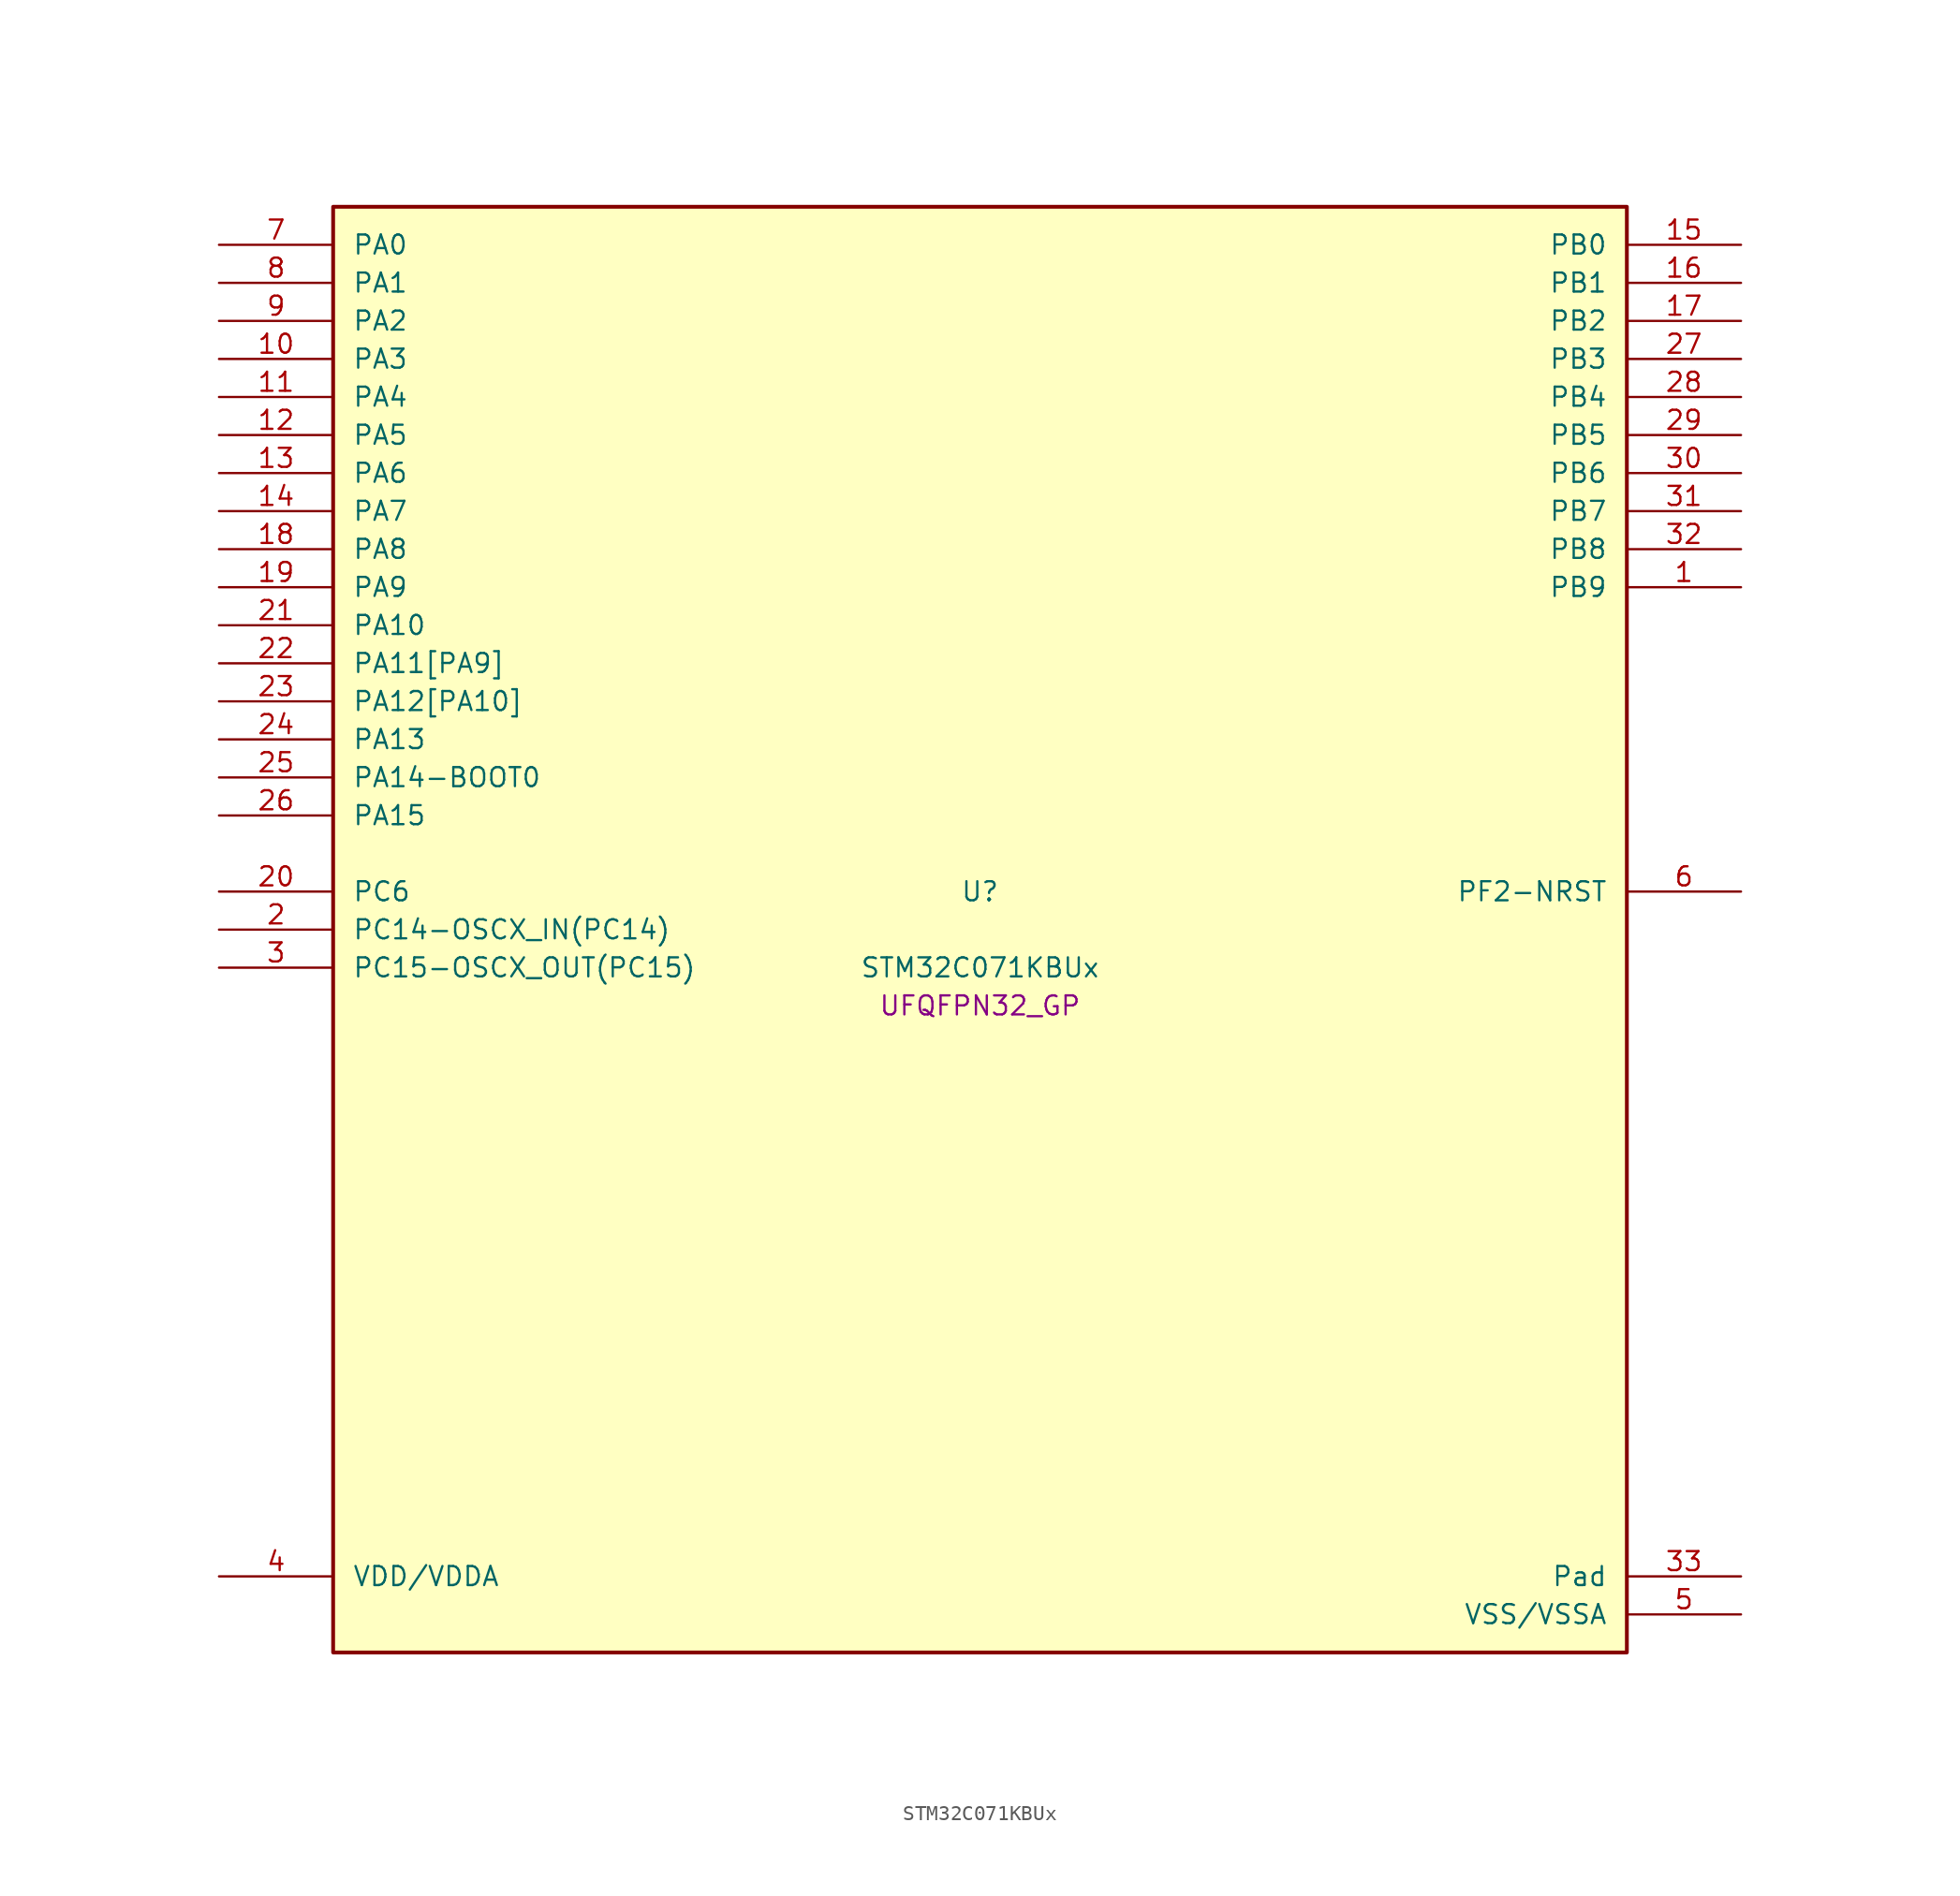
<source format=kicad_sym>
(kicad_symbol_lib
  (version 20241209)
  (generator "stm32_pkl_generator")
  (generator_version "1.0")
  (symbol "STM32C071KBUx"
    (pin_names
      (offset 1.27))
    (property "Reference" "U"
      (at 0 2.54 0))
    (property "Value" "STM32C071KBUx"
      (at 0 -2.54 0))
    (property "Footprint" "UFQFPN32_GP"
      (at 0 -5.08 0))
    (symbol "STM32C071KBUx_1_1"
      (rectangle (start -43.18 48.26) (end 43.18 -48.26) (stroke (width 0.254) (type solid)) (fill (type background)))
      (pin bidirectional line (at -50.8 45.72 0) (length 7.62) (name "PA0") (number "7") (alternate "PA0/ADC1_IN0" bidirectional line) (alternate "PA0/PWR_WKUP1" bidirectional line) (alternate "PA0/SPI2_SCK" bidirectional line) (alternate "PA0/TIM16_CH1" bidirectional line) (alternate "PA0/TIM1_CH1" bidirectional line) (alternate "PA0/TIM2_CH1" bidirectional line) (alternate "PA0/TIM2_ETR" bidirectional line) (alternate "PA0/USART1_TX" bidirectional line) (alternate "PA0/USART2_CTS" bidirectional line) (alternate "PA0/USART2_NSS" bidirectional line))
      (pin bidirectional line (at -50.8 43.18 0) (length 7.62) (name "PA1") (number "8") (alternate "PA1/ADC1_IN1" bidirectional line) (alternate "PA1/I2C1_SMBA" bidirectional line) (alternate "PA1/I2S1_CK" bidirectional line) (alternate "PA1/SPI1_SCK" bidirectional line) (alternate "PA1/TIM17_CH1" bidirectional line) (alternate "PA1/TIM1_CH2" bidirectional line) (alternate "PA1/TIM2_CH2" bidirectional line) (alternate "PA1/USART1_RX" bidirectional line) (alternate "PA1/USART2_CK" bidirectional line) (alternate "PA1/USART2_DE" bidirectional line) (alternate "PA1/USART2_RTS" bidirectional line))
      (pin bidirectional line (at -50.8 40.64 0) (length 7.62) (name "PA2") (number "9") (alternate "PA2/ADC1_IN2" bidirectional line) (alternate "PA2/I2S1_SD" bidirectional line) (alternate "PA2/PWR_WKUP4" bidirectional line) (alternate "PA2/RCC_LSCO" bidirectional line) (alternate "PA2/SPI1_MOSI" bidirectional line) (alternate "PA2/TIM16_CH1N" bidirectional line) (alternate "PA2/TIM1_CH3" bidirectional line) (alternate "PA2/TIM2_CH3" bidirectional line) (alternate "PA2/TIM3_ETR" bidirectional line) (alternate "PA2/USART2_TX" bidirectional line))
      (pin bidirectional line (at -50.8 38.1 0) (length 7.62) (name "PA3") (number "10") (alternate "PA3/ADC1_IN3" bidirectional line) (alternate "PA3/SPI2_MISO" bidirectional line) (alternate "PA3/TIM1_CH1N" bidirectional line) (alternate "PA3/TIM1_CH4" bidirectional line) (alternate "PA3/TIM2_CH4" bidirectional line) (alternate "PA3/USART2_RX" bidirectional line))
      (pin bidirectional line (at -50.8 35.56 0) (length 7.62) (name "PA4") (number "11") (alternate "PA4/ADC1_IN4" bidirectional line) (alternate "PA4/I2S1_WS" bidirectional line) (alternate "PA4/PWR_WKUP2" bidirectional line) (alternate "PA4/RTC_OUT1" bidirectional line) (alternate "PA4/RTC_TS" bidirectional line) (alternate "PA4/SPI1_NSS" bidirectional line) (alternate "PA4/SPI2_MOSI" bidirectional line) (alternate "PA4/TIM14_CH1" bidirectional line) (alternate "PA4/TIM17_CH1N" bidirectional line) (alternate "PA4/TIM1_CH2N" bidirectional line) (alternate "PA4/USART2_TX" bidirectional line) (alternate "PA4/USB_NOE" bidirectional line))
      (pin bidirectional line (at -50.8 33.02 0) (length 7.62) (name "PA5") (number "12") (alternate "PA5/ADC1_IN5" bidirectional line) (alternate "PA5/I2S1_CK" bidirectional line) (alternate "PA5/SPI1_SCK" bidirectional line) (alternate "PA5/TIM1_CH1" bidirectional line) (alternate "PA5/TIM1_CH3N" bidirectional line) (alternate "PA5/TIM2_CH1" bidirectional line) (alternate "PA5/TIM2_ETR" bidirectional line) (alternate "PA5/USART2_RX" bidirectional line))
      (pin bidirectional line (at -50.8 30.48 0) (length 7.62) (name "PA6") (number "13") (alternate "PA6/ADC1_IN6" bidirectional line) (alternate "PA6/I2C2_SDA" bidirectional line) (alternate "PA6/I2S1_MCK" bidirectional line) (alternate "PA6/SPI1_MISO" bidirectional line) (alternate "PA6/TIM16_CH1" bidirectional line) (alternate "PA6/TIM1_BKIN" bidirectional line) (alternate "PA6/TIM3_CH1" bidirectional line))
      (pin bidirectional line (at -50.8 27.94 0) (length 7.62) (name "PA7") (number "14") (alternate "PA7/ADC1_IN7" bidirectional line) (alternate "PA7/I2C2_SCL" bidirectional line) (alternate "PA7/I2S1_SD" bidirectional line) (alternate "PA7/SPI1_MOSI" bidirectional line) (alternate "PA7/TIM14_CH1" bidirectional line) (alternate "PA7/TIM17_CH1" bidirectional line) (alternate "PA7/TIM1_CH1N" bidirectional line) (alternate "PA7/TIM3_CH2" bidirectional line))
      (pin bidirectional line (at -50.8 25.4 0) (length 7.62) (name "PA8") (number "18") (alternate "PA8/ADC1_IN8" bidirectional line) (alternate "PA8/CRS_SYNC" bidirectional line) (alternate "PA8/I2S1_WS" bidirectional line) (alternate "PA8/RCC_MCO" bidirectional line) (alternate "PA8/RCC_MCO_2" bidirectional line) (alternate "PA8/SPI1_NSS" bidirectional line) (alternate "PA8/SPI2_MISO" bidirectional line) (alternate "PA8/SPI2_NSS" bidirectional line) (alternate "PA8/TIM14_CH1" bidirectional line) (alternate "PA8/TIM1_CH1" bidirectional line) (alternate "PA8/TIM1_CH2N" bidirectional line) (alternate "PA8/TIM1_CH3N" bidirectional line) (alternate "PA8/TIM3_CH3" bidirectional line) (alternate "PA8/TIM3_CH4" bidirectional line) (alternate "PA8/USART1_RX" bidirectional line) (alternate "PA8/USART2_TX" bidirectional line))
      (pin bidirectional line (at -50.8 22.86 0) (length 7.62) (name "PA9") (number "19") (alternate "PA9/I2C1_SCL" bidirectional line) (alternate "PA9/I2C2_SCL" bidirectional line) (alternate "PA9/RCC_MCO" bidirectional line) (alternate "PA9/SPI2_MISO" bidirectional line) (alternate "PA9/TIM1_CH2" bidirectional line) (alternate "PA9/TIM3_ETR" bidirectional line) (alternate "PA9/USART1_TX" bidirectional line) (alternate "PA9/NC" bidirectional line))
      (pin bidirectional line (at -50.8 20.32 0) (length 7.62) (name "PA10") (number "21") (alternate "PA10/I2C1_SDA" bidirectional line) (alternate "PA10/I2C2_SDA" bidirectional line) (alternate "PA10/RCC_MCO_2" bidirectional line) (alternate "PA10/SPI2_MOSI" bidirectional line) (alternate "PA10/TIM17_BKIN" bidirectional line) (alternate "PA10/TIM1_CH3" bidirectional line) (alternate "PA10/USART1_RX" bidirectional line) (alternate "PA10/NC" bidirectional line))
      (pin bidirectional line (at -50.8 17.78 0) (length 7.62) (name "PA11[PA9]") (number "22") (alternate "PA11[PA9]/ADC1_EXTI11" bidirectional line) (alternate "PA11[PA9]/I2C2_SCL" bidirectional line) (alternate "PA11[PA9]/I2S1_MCK" bidirectional line) (alternate "PA11[PA9]/SPI1_MISO" bidirectional line) (alternate "PA11[PA9]/TIM1_BKIN2" bidirectional line) (alternate "PA11[PA9]/TIM1_CH4" bidirectional line) (alternate "PA11[PA9]/USART1_CTS" bidirectional line) (alternate "PA11[PA9]/USART1_NSS" bidirectional line) (alternate "PA11[PA9]/USB_DM" bidirectional line) (alternate "PA11[PA9]/PA9[PA11]" bidirectional line) (alternate "PA11[PA9]/I2C1_SCL" bidirectional line) (alternate "PA11[PA9]/RCC_MCO" bidirectional line) (alternate "PA11[PA9]/SPI2_MISO" bidirectional line) (alternate "PA11[PA9]/TIM1_CH2" bidirectional line) (alternate "PA11[PA9]/TIM3_ETR" bidirectional line) (alternate "PA11[PA9]/USART1_TX" bidirectional line))
      (pin bidirectional line (at -50.8 15.24 0) (length 7.62) (name "PA12[PA10]") (number "23") (alternate "PA12[PA10]/I2C2_SDA" bidirectional line) (alternate "PA12[PA10]/I2S1_SD" bidirectional line) (alternate "PA12[PA10]/I2S_CKIN" bidirectional line) (alternate "PA12[PA10]/SPI1_MOSI" bidirectional line) (alternate "PA12[PA10]/TIM1_ETR" bidirectional line) (alternate "PA12[PA10]/USART1_CK" bidirectional line) (alternate "PA12[PA10]/USART1_DE" bidirectional line) (alternate "PA12[PA10]/USART1_RTS" bidirectional line) (alternate "PA12[PA10]/USB_DP" bidirectional line) (alternate "PA12[PA10]/PA10[PA12]" bidirectional line) (alternate "PA12[PA10]/I2C1_SDA" bidirectional line) (alternate "PA12[PA10]/RCC_MCO_2" bidirectional line) (alternate "PA12[PA10]/SPI2_MOSI" bidirectional line) (alternate "PA12[PA10]/TIM17_BKIN" bidirectional line) (alternate "PA12[PA10]/TIM1_CH3" bidirectional line) (alternate "PA12[PA10]/USART1_RX" bidirectional line))
      (pin bidirectional line (at -50.8 12.7 0) (length 7.62) (name "PA13") (number "24") (alternate "PA13/ADC1_IN13" bidirectional line) (alternate "PA13/DEBUG_SWDIO" bidirectional line) (alternate "PA13/IR_OUT" bidirectional line) (alternate "PA13/TIM3_ETR" bidirectional line) (alternate "PA13/USART2_RX" bidirectional line) (alternate "PA13/USB_NOE" bidirectional line))
      (pin bidirectional line (at -50.8 10.16 0) (length 7.62) (name "PA14-BOOT0") (number "25") (alternate "PA14-BOOT0/ADC1_IN14" bidirectional line) (alternate "PA14-BOOT0/DEBUG_SWCLK" bidirectional line) (alternate "PA14-BOOT0/I2S1_WS" bidirectional line) (alternate "PA14-BOOT0/RCC_MCO_2" bidirectional line) (alternate "PA14-BOOT0/SPI1_NSS" bidirectional line) (alternate "PA14-BOOT0/TIM1_CH1" bidirectional line) (alternate "PA14-BOOT0/USART1_CK" bidirectional line) (alternate "PA14-BOOT0/USART1_DE" bidirectional line) (alternate "PA14-BOOT0/USART1_RTS" bidirectional line) (alternate "PA14-BOOT0/USART2_RX" bidirectional line) (alternate "PA14-BOOT0/USART2_TX" bidirectional line))
      (pin bidirectional line (at -50.8 7.62 0) (length 7.62) (name "PA15") (number "26") (alternate "PA15/I2S1_WS" bidirectional line) (alternate "PA15/RCC_MCO_2" bidirectional line) (alternate "PA15/SPI1_NSS" bidirectional line) (alternate "PA15/TIM1_CH1" bidirectional line) (alternate "PA15/TIM2_CH1" bidirectional line) (alternate "PA15/TIM2_ETR" bidirectional line) (alternate "PA15/USART1_CK" bidirectional line) (alternate "PA15/USART1_DE" bidirectional line) (alternate "PA15/USART1_RTS" bidirectional line) (alternate "PA15/USART2_RX" bidirectional line) (alternate "PA15/USB_NOE" bidirectional line))
      (pin bidirectional line (at 50.8 45.72 180) (length 7.62) (name "PB0") (number "15") (alternate "PB0/ADC1_IN17" bidirectional line) (alternate "PB0/I2S1_WS" bidirectional line) (alternate "PB0/SPI1_NSS" bidirectional line) (alternate "PB0/TIM1_CH2N" bidirectional line) (alternate "PB0/TIM3_CH3" bidirectional line))
      (pin bidirectional line (at 50.8 43.18 180) (length 7.62) (name "PB1") (number "16") (alternate "PB1/ADC1_IN18" bidirectional line) (alternate "PB1/TIM14_CH1" bidirectional line) (alternate "PB1/TIM1_CH2N" bidirectional line) (alternate "PB1/TIM1_CH3N" bidirectional line) (alternate "PB1/TIM3_CH4" bidirectional line))
      (pin bidirectional line (at 50.8 40.64 180) (length 7.62) (name "PB2") (number "17") (alternate "PB2/ADC1_IN19" bidirectional line) (alternate "PB2/RCC_MCO_2" bidirectional line) (alternate "PB2/SPI2_MISO" bidirectional line) (alternate "PB2/USART1_RX" bidirectional line))
      (pin bidirectional line (at 50.8 38.1 180) (length 7.62) (name "PB3") (number "27") (alternate "PB3/I2C2_SCL" bidirectional line) (alternate "PB3/I2S1_CK" bidirectional line) (alternate "PB3/SPI1_SCK" bidirectional line) (alternate "PB3/TIM1_CH2" bidirectional line) (alternate "PB3/TIM2_CH2" bidirectional line) (alternate "PB3/TIM3_CH2" bidirectional line) (alternate "PB3/USART1_CK" bidirectional line) (alternate "PB3/USART1_DE" bidirectional line) (alternate "PB3/USART1_RTS" bidirectional line))
      (pin bidirectional line (at 50.8 35.56 180) (length 7.62) (name "PB4") (number "28") (alternate "PB4/I2C2_SDA" bidirectional line) (alternate "PB4/I2S1_MCK" bidirectional line) (alternate "PB4/SPI1_MISO" bidirectional line) (alternate "PB4/TIM17_BKIN" bidirectional line) (alternate "PB4/TIM3_CH1" bidirectional line) (alternate "PB4/USART1_CTS" bidirectional line) (alternate "PB4/USART1_NSS" bidirectional line))
      (pin bidirectional line (at 50.8 33.02 180) (length 7.62) (name "PB5") (number "29") (alternate "PB5/I2C1_SMBA" bidirectional line) (alternate "PB5/I2S1_SD" bidirectional line) (alternate "PB5/PWR_WKUP6" bidirectional line) (alternate "PB5/SPI1_MOSI" bidirectional line) (alternate "PB5/TIM16_BKIN" bidirectional line) (alternate "PB5/TIM3_CH2" bidirectional line) (alternate "PB5/TIM3_CH3" bidirectional line))
      (pin bidirectional line (at 50.8 30.48 180) (length 7.62) (name "PB6") (number "30") (alternate "PB6/I2C1_SCL" bidirectional line) (alternate "PB6/I2C1_SMBA" bidirectional line) (alternate "PB6/I2S1_CK" bidirectional line) (alternate "PB6/I2S1_MCK" bidirectional line) (alternate "PB6/I2S1_SD" bidirectional line) (alternate "PB6/PWR_WKUP3" bidirectional line) (alternate "PB6/SPI1_MISO" bidirectional line) (alternate "PB6/SPI1_MOSI" bidirectional line) (alternate "PB6/SPI1_SCK" bidirectional line) (alternate "PB6/SPI2_MISO" bidirectional line) (alternate "PB6/TIM16_BKIN" bidirectional line) (alternate "PB6/TIM16_CH1N" bidirectional line) (alternate "PB6/TIM17_BKIN" bidirectional line) (alternate "PB6/TIM1_CH2" bidirectional line) (alternate "PB6/TIM1_CH3" bidirectional line) (alternate "PB6/TIM3_CH1" bidirectional line) (alternate "PB6/TIM3_CH2" bidirectional line) (alternate "PB6/TIM3_CH3" bidirectional line) (alternate "PB6/USART1_CTS" bidirectional line) (alternate "PB6/USART1_NSS" bidirectional line) (alternate "PB6/USART1_TX" bidirectional line))
      (pin bidirectional line (at 50.8 27.94 180) (length 7.62) (name "PB7") (number "31") (alternate "PB7/I2C1_SCL" bidirectional line) (alternate "PB7/I2C1_SDA" bidirectional line) (alternate "PB7/RTC_REFIN" bidirectional line) (alternate "PB7/SPI2_MOSI" bidirectional line) (alternate "PB7/TIM16_CH1" bidirectional line) (alternate "PB7/TIM17_CH1N" bidirectional line) (alternate "PB7/TIM1_CH4" bidirectional line) (alternate "PB7/TIM3_CH1" bidirectional line) (alternate "PB7/TIM3_CH4" bidirectional line) (alternate "PB7/USART1_RX" bidirectional line) (alternate "PB7/USART2_CTS" bidirectional line) (alternate "PB7/USART2_NSS" bidirectional line))
      (pin bidirectional line (at 50.8 25.4 180) (length 7.62) (name "PB8") (number "32") (alternate "PB8/I2C1_SCL" bidirectional line) (alternate "PB8/SPI2_SCK" bidirectional line) (alternate "PB8/TIM16_CH1" bidirectional line) (alternate "PB8/TIM3_CH1" bidirectional line) (alternate "PB8/USART2_CTS" bidirectional line) (alternate "PB8/USART2_NSS" bidirectional line))
      (pin bidirectional line (at 50.8 22.86 180) (length 7.62) (name "PB9") (number "1") (alternate "PB9/I2C1_SDA" bidirectional line) (alternate "PB9/IR_OUT" bidirectional line) (alternate "PB9/SPI2_NSS" bidirectional line) (alternate "PB9/TIM17_CH1" bidirectional line) (alternate "PB9/TIM3_CH2" bidirectional line) (alternate "PB9/USART2_CK" bidirectional line) (alternate "PB9/USART2_DE" bidirectional line) (alternate "PB9/USART2_RTS" bidirectional line))
      (pin bidirectional line (at -50.8 2.54 0) (length 7.62) (name "PC6") (number "20") (alternate "PC6/TIM2_CH3" bidirectional line) (alternate "PC6/TIM3_CH1" bidirectional line))
      (pin bidirectional line (at -50.8 0 0) (length 7.62) (name "PC14-OSCX_IN(PC14)") (number "2") (alternate "PC14-OSCX_IN(PC14)/I2C1_SDA" bidirectional line) (alternate "PC14-OSCX_IN(PC14)/IR_OUT" bidirectional line) (alternate "PC14-OSCX_IN(PC14)/RCC_OSCX_IN" bidirectional line) (alternate "PC14-OSCX_IN(PC14)/SPI2_NSS" bidirectional line) (alternate "PC14-OSCX_IN(PC14)/TIM17_CH1" bidirectional line) (alternate "PC14-OSCX_IN(PC14)/TIM1_BKIN2" bidirectional line) (alternate "PC14-OSCX_IN(PC14)/TIM1_ETR" bidirectional line) (alternate "PC14-OSCX_IN(PC14)/TIM3_CH2" bidirectional line) (alternate "PC14-OSCX_IN(PC14)/USART1_TX" bidirectional line) (alternate "PC14-OSCX_IN(PC14)/USART2_CK" bidirectional line) (alternate "PC14-OSCX_IN(PC14)/USART2_DE" bidirectional line) (alternate "PC14-OSCX_IN(PC14)/USART2_RTS" bidirectional line))
      (pin bidirectional line (at -50.8 -2.54 0) (length 7.62) (name "PC15-OSCX_OUT(PC15)") (number "3") (alternate "PC15-OSCX_OUT(PC15)/RCC_OSC32_EN" bidirectional line) (alternate "PC15-OSCX_OUT(PC15)/RCC_OSCX_OUT" bidirectional line) (alternate "PC15-OSCX_OUT(PC15)/RCC_OSC_EN" bidirectional line) (alternate "PC15-OSCX_OUT(PC15)/TIM1_ETR" bidirectional line) (alternate "PC15-OSCX_OUT(PC15)/TIM3_CH3" bidirectional line))
      (pin bidirectional line (at 50.8 2.54 180) (length 7.62) (name "PF2-NRST") (number "6") (alternate "PF2-NRST/RCC_MCO" bidirectional line) (alternate "PF2-NRST/TIM1_CH4" bidirectional line))
      (pin power_in line (at -50.8 -43.18 0) (length 7.62) (name "VDD/VDDA") (number "4"))
      (pin passive line (at 50.8 -43.18 180) (length 7.62) (name "Pad") (number "33"))
      (pin power_in line (at 50.8 -45.72 180) (length 7.62) (name "VSS/VSSA") (number "5")))))
</source>
